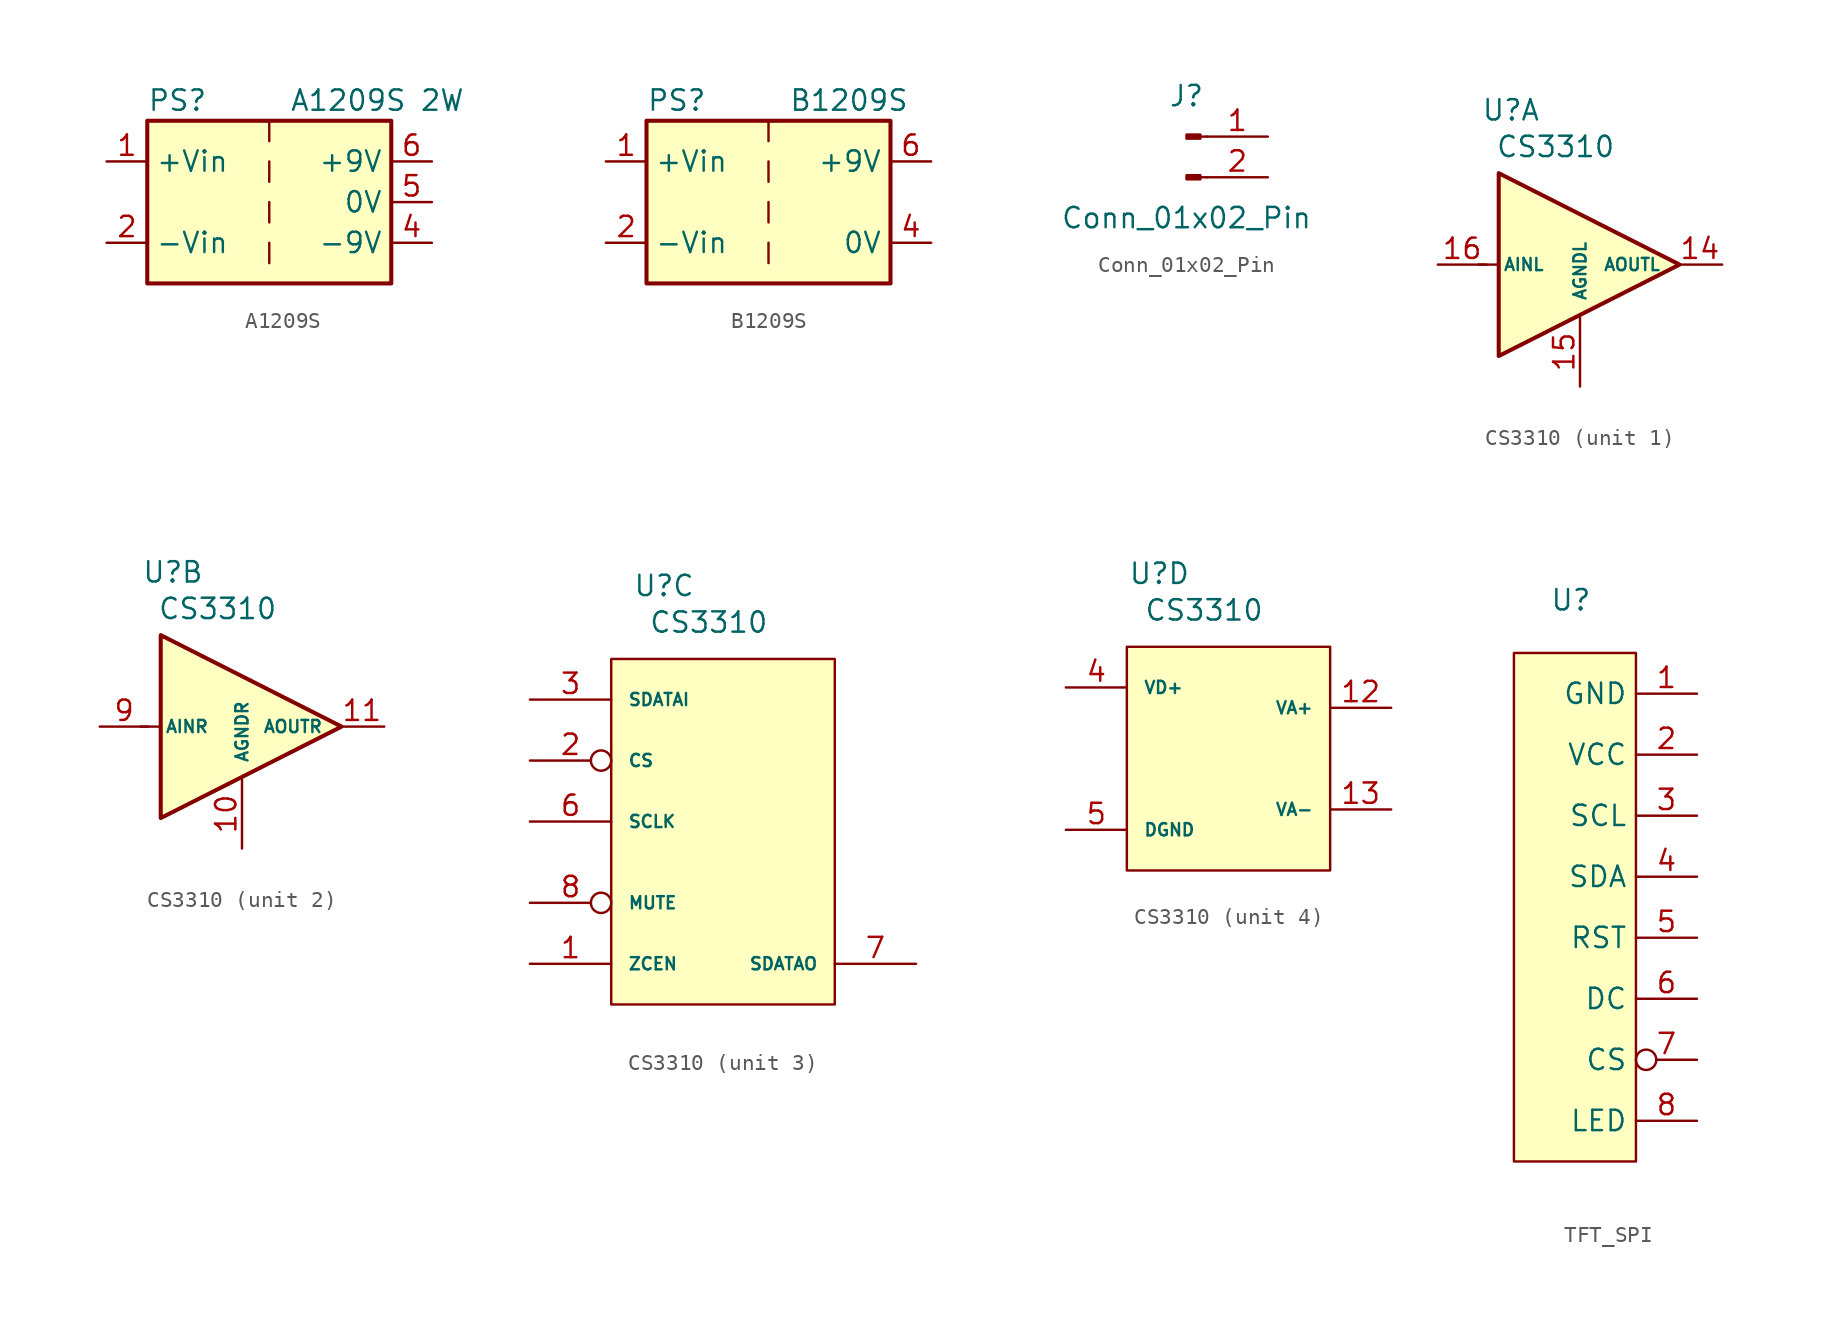
<source format=kicad_sym>
(kicad_symbol_lib
  (version 20241209)
  (generator "kicad_symbol_editor")
  (generator_version "9.0")
  (symbol "A1209S"
    (property "Reference" "PS"
      (at -7.62 6.35 0)
      (effects (font (size 1.27 1.27)) (justify left)))
    (property "Value" "A1209S 2W"
      (at 1.27 6.35 0)
      (effects (font (size 1.27 1.27)) (justify left)))
    (symbol "A1209S_0_0"
      (pin power_in line (at -10.16 2.54 0) (length 2.54) (name "+Vin" (effects (font (size 1.27 1.27)))) (number "1" (effects (font (size 1.27 1.27)))))
      (pin power_in line (at -10.16 -2.54 0) (length 2.54) (name "-Vin" (effects (font (size 1.27 1.27)))) (number "2" (effects (font (size 1.27 1.27)))))
      (pin power_out line (at 10.16 0 180) (length 2.54) (name "0V" (effects (font (size 1.27 1.27)))) (number "5" (effects (font (size 1.27 1.27))))))
    (symbol "A1209S_0_1"
      (rectangle (start -7.62 5.08) (end 7.62 -5.08) (stroke (width 0.254) (type default)) (fill (type background)))
      (polyline (pts (xy 0 5.08) (xy 0 3.81)) (stroke (width 0) (type default)) (fill (type none)))
      (polyline (pts (xy 0 2.54) (xy 0 1.27)) (stroke (width 0) (type default)) (fill (type none)))
      (polyline (pts (xy 0 0) (xy 0 -1.27)) (stroke (width 0) (type default)) (fill (type none)))
      (polyline (pts (xy 0 -2.54) (xy 0 -3.81)) (stroke (width 0) (type default)) (fill (type none))))
    (symbol "A1209S_1_0"
      (pin power_out line (at 10.16 2.54 180) (length 2.54) (name "+9V" (effects (font (size 1.27 1.27)))) (number "6" (effects (font (size 1.27 1.27)))))
      (pin power_out line (at 10.16 -2.54 180) (length 2.54) (name "-9V" (effects (font (size 1.27 1.27)))) (number "4" (effects (font (size 1.27 1.27)))))))
  (symbol "B1209S"
    (property "Reference" "PS"
      (at -7.62 6.35 0)
      (effects (font (size 1.27 1.27)) (justify left)))
    (property "Value" "B1209S"
      (at 1.27 6.35 0)
      (effects (font (size 1.27 1.27)) (justify left)))
    (symbol "B1209S_0_0"
      (pin power_in line (at -10.16 2.54 0) (length 2.54) (name "+Vin" (effects (font (size 1.27 1.27)))) (number "1" (effects (font (size 1.27 1.27)))))
      (pin power_in line (at -10.16 -2.54 0) (length 2.54) (name "-Vin" (effects (font (size 1.27 1.27)))) (number "2" (effects (font (size 1.27 1.27))))))
    (symbol "B1209S_0_1"
      (rectangle (start -7.62 5.08) (end 7.62 -5.08) (stroke (width 0.254) (type default)) (fill (type background)))
      (polyline (pts (xy 0 5.08) (xy 0 3.81)) (stroke (width 0) (type default)) (fill (type none)))
      (polyline (pts (xy 0 2.54) (xy 0 1.27)) (stroke (width 0) (type default)) (fill (type none)))
      (polyline (pts (xy 0 0) (xy 0 -1.27)) (stroke (width 0) (type default)) (fill (type none)))
      (polyline (pts (xy 0 -2.54) (xy 0 -3.81)) (stroke (width 0) (type default)) (fill (type none))))
    (symbol "B1209S_1_0"
      (pin power_out line (at 10.16 2.54 180) (length 2.54) (name "+9V" (effects (font (size 1.27 1.27)))) (number "6" (effects (font (size 1.27 1.27)))))
      (pin power_out line (at 10.16 -2.54 180) (length 2.54) (name "0V" (effects (font (size 1.27 1.27)))) (number "4" (effects (font (size 1.27 1.27)))))))
  (symbol "Conn_01x02_Pin"
    (pin_names
      (offset 1.016)
      (hide yes))
    (property "Reference" "J"
      (at 0 2.54 0)
      (effects (font (size 1.27 1.27))))
    (property "Value" "Conn_01x02_Pin"
      (at 0 -5.08 0)
      (effects (font (size 1.27 1.27))))
    (property "ki_locked" ""
      (at 0 0 0)
      (effects (font (size 1.27 1.27))))
    (symbol "Conn_01x02_Pin_1_1"
      (rectangle (start 0.864 0.127) (end 0 -0.127) (stroke (width 0.152) (type default)) (fill (type outline)))
      (rectangle (start 0.864 -2.413) (end 0 -2.667) (stroke (width 0.152) (type default)) (fill (type outline)))
      (polyline (pts (xy 1.27 0) (xy 0.864 0)) (stroke (width 0.152) (type default)) (fill (type none)))
      (polyline (pts (xy 1.27 -2.54) (xy 0.864 -2.54)) (stroke (width 0.152) (type default)) (fill (type none)))
      (pin power_out line (at 5.08 0 180) (length 3.81) (name "Pin_1" (effects (font (size 1.27 1.27)))) (number "1" (effects (font (size 1.27 1.27)))))
      (pin power_out line (at 5.08 -2.54 180) (length 3.81) (name "Pin_2" (effects (font (size 1.27 1.27)))) (number "2" (effects (font (size 1.27 1.27)))))))
  (symbol "CS3310"
    (pin_names
      (offset 1.016))
    (property "Reference" "U"
      (at -4.318 9.652 0)
      (effects (font (size 1.27 1.27))))
    (property "Value" "CS3310"
      (at -1.524 7.366 0)
      (effects (font (size 1.27 1.27))))
    (property "ki_locked" ""
      (at 0 0 0)
      (effects (font (size 1.27 1.27))))
    (symbol "CS3310_1_1"
      (unit_name "Ana_Left")
      (polyline (pts (xy -6.35 0) (xy -5.08 0)) (stroke (width 0) (type default)) (fill (type none)))
      (polyline (pts (xy 6.223 0) (xy -5.08 5.715) (xy -5.08 -5.715) (xy 6.223 0)) (stroke (width 0.254) (type solid)) (fill (type background)))
      (pin input line (at -8.89 0 0) (length 3.048) (name "AINL" (effects (font (size 0.762 0.762)))) (number "16" (effects (font (size 1.27 1.27)))))
      (pin power_in line (at 0 -7.62 90) (length 4.318) (name "AGNDL" (effects (font (size 0.762 0.762)))) (number "15" (effects (font (size 1.27 1.27)))))
      (pin output line (at 8.89 0 180) (length 2.794) (name "AOUTL" (effects (font (size 0.762 0.762)))) (number "14" (effects (font (size 1.27 1.27))))))
    (symbol "CS3310_2_1"
      (unit_name "Ana_Right")
      (polyline (pts (xy -6.35 0) (xy -5.08 0)) (stroke (width 0) (type default)) (fill (type none)))
      (polyline (pts (xy 6.223 0) (xy -5.08 5.715) (xy -5.08 -5.715) (xy 6.223 0)) (stroke (width 0.254) (type solid)) (fill (type background)))
      (pin input line (at -8.89 0 0) (length 3.048) (name "AINR" (effects (font (size 0.762 0.762)))) (number "9" (effects (font (size 1.27 1.27)))))
      (pin power_in line (at 0 -7.62 90) (length 4.318) (name "AGNDR" (effects (font (size 0.762 0.762)))) (number "10" (effects (font (size 1.27 1.27)))))
      (pin output line (at 8.89 0 180) (length 2.794) (name "AOUTR" (effects (font (size 0.762 0.762)))) (number "11" (effects (font (size 1.27 1.27))))))
    (symbol "CS3310_3_1"
      (unit_name "Logic")
      (rectangle (start -7.62 5.08) (end 6.35 -16.51) (stroke (width 0) (type solid)) (fill (type background)))
      (pin input line (at -12.7 2.54 0) (length 5.08) (name "SDATAI" (effects (font (size 0.762 0.762)))) (number "3" (effects (font (size 1.27 1.27)))))
      (pin input inverted (at -12.7 -1.27 0) (length 5.08) (name "CS" (effects (font (size 0.762 0.762)))) (number "2" (effects (font (size 1.27 1.27)))))
      (pin input line (at -12.7 -5.08 0) (length 5.08) (name "SCLK" (effects (font (size 0.762 0.762)))) (number "6" (effects (font (size 1.27 1.27)))))
      (pin input inverted (at -12.7 -10.16 0) (length 5.08) (name "MUTE" (effects (font (size 0.762 0.762)))) (number "8" (effects (font (size 1.27 1.27)))))
      (pin input line (at -12.7 -13.97 0) (length 5.08) (name "ZCEN" (effects (font (size 0.762 0.762)))) (number "1" (effects (font (size 1.27 1.27)))))
      (pin output line (at 11.43 -13.97 180) (length 5.08) (name "SDATAO" (effects (font (size 0.762 0.762)))) (number "7" (effects (font (size 1.27 1.27))))))
    (symbol "CS3310_4_1"
      (unit_name "Alim")
      (rectangle (start -6.35 5.08) (end 6.35 -8.89) (stroke (width 0) (type solid)) (fill (type background)))
      (pin power_in line (at -10.16 2.54 0) (length 3.81) (name "VD+" (effects (font (size 0.762 0.762)))) (number "4" (effects (font (size 1.27 1.27)))))
      (pin power_in line (at -10.16 -6.35 0) (length 3.81) (name "DGND" (effects (font (size 0.762 0.762)))) (number "5" (effects (font (size 1.27 1.27)))))
      (pin power_in line (at 10.16 1.27 180) (length 3.81) (name "VA+" (effects (font (size 0.762 0.762)))) (number "12" (effects (font (size 1.27 1.27)))))
      (pin power_in line (at 10.16 -5.08 180) (length 3.81) (name "VA-" (effects (font (size 0.762 0.762)))) (number "13" (effects (font (size 1.27 1.27)))))))
  (symbol "TFT_SPI"
    (property "Reference" "U"
      (at -1.524 13.462 0)
      (effects (font (size 1.27 1.27))))
    (property "Value" ""
      (at 0 0 0)
      (effects (font (size 1.27 1.27))))
    (symbol "TFT_SPI_1_1"
      (rectangle (start -5.08 10.16) (end 2.54 -21.59) (stroke (width 0) (type solid)) (fill (type background)))
      (pin power_in line (at 6.35 7.62 180) (length 3.81) (name "GND" (effects (font (size 1.27 1.27)))) (number "1" (effects (font (size 1.27 1.27)))))
      (pin power_in line (at 6.35 3.81 180) (length 3.81) (name "VCC" (effects (font (size 1.27 1.27)))) (number "2" (effects (font (size 1.27 1.27)))))
      (pin input line (at 6.35 0 180) (length 3.81) (name "SCL" (effects (font (size 1.27 1.27)))) (number "3" (effects (font (size 1.27 1.27)))))
      (pin input line (at 6.35 -3.81 180) (length 3.81) (name "SDA" (effects (font (size 1.27 1.27)))) (number "4" (effects (font (size 1.27 1.27)))))
      (pin input line (at 6.35 -7.62 180) (length 3.81) (name "RST" (effects (font (size 1.27 1.27)))) (number "5" (effects (font (size 1.27 1.27)))))
      (pin input line (at 6.35 -11.43 180) (length 3.81) (name "DC" (effects (font (size 1.27 1.27)))) (number "6" (effects (font (size 1.27 1.27)))))
      (pin input inverted (at 6.35 -15.24 180) (length 3.81) (name "CS" (effects (font (size 1.27 1.27)))) (number "7" (effects (font (size 1.27 1.27)))))
      (pin input line (at 6.35 -19.05 180) (length 3.81) (name "LED" (effects (font (size 1.27 1.27)))) (number "8" (effects (font (size 1.27 1.27))))))))
</source>
